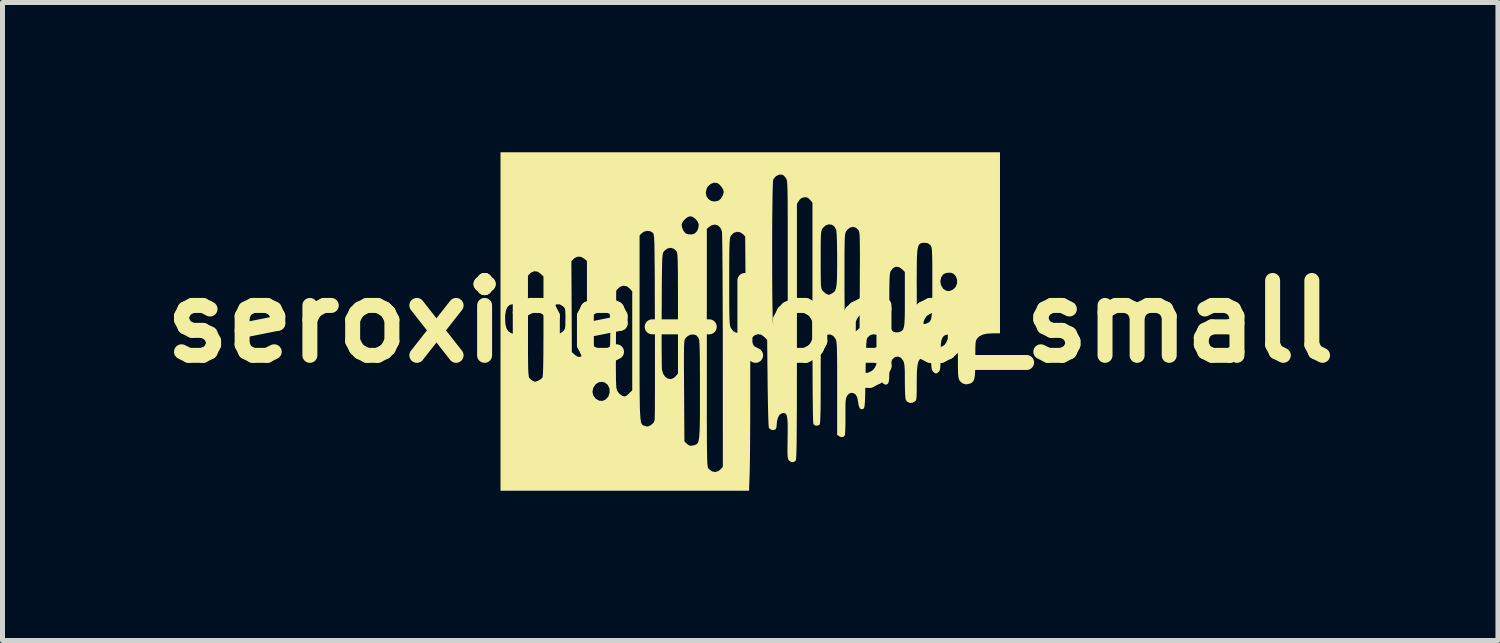
<source format=kicad_pcb>
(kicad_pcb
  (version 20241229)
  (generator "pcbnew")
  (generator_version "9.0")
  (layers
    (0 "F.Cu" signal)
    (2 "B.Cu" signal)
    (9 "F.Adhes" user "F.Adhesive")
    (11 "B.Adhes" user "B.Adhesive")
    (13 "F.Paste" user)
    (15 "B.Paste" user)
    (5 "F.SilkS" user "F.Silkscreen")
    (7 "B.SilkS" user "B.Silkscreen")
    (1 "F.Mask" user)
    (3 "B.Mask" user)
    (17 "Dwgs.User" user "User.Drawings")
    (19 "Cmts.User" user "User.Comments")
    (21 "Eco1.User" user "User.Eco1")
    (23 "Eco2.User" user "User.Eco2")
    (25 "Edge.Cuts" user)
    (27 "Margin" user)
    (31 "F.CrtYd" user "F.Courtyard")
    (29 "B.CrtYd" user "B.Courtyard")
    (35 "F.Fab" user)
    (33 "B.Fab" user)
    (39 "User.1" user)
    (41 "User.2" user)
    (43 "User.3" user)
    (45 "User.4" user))
  (footprint "seroxine-logo_small"
    (layer "F.Cu")
    (at 11.979 3.39)
    (property "Reference" "seroxine-logo_small" (at 0 0 0) (layer "F.SilkS") (effects (font (size 1.5 1.5) (thickness 0.3))))
    (attr board_only exclude_from_pos_files exclude_from_bom)
    (fp_poly (pts (xy 5.003 -1.576) (xy 5.003 0.238) (xy 4.856 0.238) (xy 4.741 0.244) (xy 4.654 0.264) (xy 4.589 0.298) (xy 4.548 0.339) (xy 4.534 0.358) (xy 4.524 0.38) (xy 4.517 0.409) (xy 4.513 0.452) (xy 4.51 0.513) (xy 4.509 0.598) (xy 4.508 0.713) (xy 4.508 0.755) (xy 4.508 0.896) (xy 4.505 1.004) (xy 4.499 1.086) (xy 4.489 1.145) (xy 4.473 1.187) (xy 4.452 1.215) (xy 4.423 1.235) (xy 4.4 1.245) (xy 4.325 1.26) (xy 4.255 1.242) (xy 4.201 1.194) (xy 4.195 1.185) (xy 4.183 1.161) (xy 4.174 1.133) (xy 4.168 1.095) (xy 4.163 1.041) (xy 4.161 0.965) (xy 4.16 0.862) (xy 4.16 0.775) (xy 4.159 0.663) (xy 4.157 0.56) (xy 4.153 0.474) (xy 4.148 0.411) (xy 4.143 0.378) (xy 4.142 0.378) (xy 4.101 0.309) (xy 4.041 0.268) (xy 3.972 0.256) (xy 3.902 0.275) (xy 3.87 0.298) (xy 3.847 0.331) (xy 3.83 0.378) (xy 3.819 0.446) (xy 3.814 0.539) (xy 3.812 0.663) (xy 3.812 0.686) (xy 3.811 0.796) (xy 3.81 0.874) (xy 3.806 0.928) (xy 3.8 0.964) (xy 3.791 0.988) (xy 3.778 1.005) (xy 3.775 1.008) (xy 3.736 1.039) (xy 3.703 1.038) (xy 3.665 1.008) (xy 3.639 0.967) (xy 3.629 0.906) (xy 3.629 0.882) (xy 3.617 0.802) (xy 3.585 0.743) (xy 3.539 0.709) (xy 3.484 0.703) (xy 3.425 0.731) (xy 3.422 0.733) (xy 3.394 0.76) (xy 3.372 0.796) (xy 3.357 0.845) (xy 3.346 0.912) (xy 3.339 1.001) (xy 3.336 1.118) (xy 3.335 1.239) (xy 3.335 1.358) (xy 3.334 1.447) (xy 3.331 1.509) (xy 3.326 1.551) (xy 3.319 1.578) (xy 3.308 1.594) (xy 3.303 1.599) (xy 3.248 1.629) (xy 3.19 1.63) (xy 3.141 1.604) (xy 3.114 1.564) (xy 3.109 1.532) (xy 3.104 1.469) (xy 3.1 1.384) (xy 3.098 1.282) (xy 3.097 1.185) (xy 3.097 1.062) (xy 3.095 0.969) (xy 3.091 0.901) (xy 3.085 0.852) (xy 3.077 0.816) (xy 3.065 0.788) (xy 3.021 0.729) (xy 2.967 0.703) (xy 2.909 0.71) (xy 2.886 0.722) (xy 2.842 0.764) (xy 2.811 0.822) (xy 2.793 0.904) (xy 2.786 1.015) (xy 2.786 1.049) (xy 2.783 1.144) (xy 2.775 1.207) (xy 2.76 1.244) (xy 2.735 1.262) (xy 2.711 1.265) (xy 2.676 1.252) (xy 2.651 1.231) (xy 2.641 1.216) (xy 2.634 1.193) (xy 2.628 1.157) (xy 2.624 1.103) (xy 2.622 1.027) (xy 2.621 0.925) (xy 2.621 0.79) (xy 2.621 0.775) (xy 2.62 0.64) (xy 2.62 0.536) (xy 2.618 0.459) (xy 2.615 0.403) (xy 2.61 0.365) (xy 2.603 0.338) (xy 2.593 0.319) (xy 2.583 0.305) (xy 2.532 0.266) (xy 2.47 0.256) (xy 2.407 0.272) (xy 2.355 0.315) (xy 2.342 0.335) (xy 2.335 0.357) (xy 2.329 0.4) (xy 2.324 0.467) (xy 2.32 0.56) (xy 2.316 0.682) (xy 2.313 0.835) (xy 2.31 1.021) (xy 2.309 1.052) (xy 2.307 1.228) (xy 2.304 1.371) (xy 2.302 1.485) (xy 2.299 1.572) (xy 2.296 1.637) (xy 2.291 1.684) (xy 2.286 1.714) (xy 2.28 1.733) (xy 2.273 1.744) (xy 2.268 1.748) (xy 2.225 1.76) (xy 2.193 1.737) (xy 2.171 1.679) (xy 2.161 1.615) (xy 2.144 1.524) (xy 2.113 1.464) (xy 2.066 1.434) (xy 2.031 1.429) (xy 1.987 1.44) (xy 1.95 1.476) (xy 1.942 1.489) (xy 1.929 1.513) (xy 1.92 1.54) (xy 1.913 1.576) (xy 1.909 1.627) (xy 1.907 1.698) (xy 1.907 1.796) (xy 1.907 1.897) (xy 1.907 2.008) (xy 1.906 2.107) (xy 1.903 2.189) (xy 1.9 2.248) (xy 1.897 2.275) (xy 1.897 2.276) (xy 1.867 2.311) (xy 1.822 2.317) (xy 1.784 2.3) (xy 1.741 2.272) (xy 1.741 1.342) (xy 1.741 1.132) (xy 1.741 0.955) (xy 1.74 0.809) (xy 1.739 0.69) (xy 1.737 0.595) (xy 1.735 0.52) (xy 1.732 0.464) (xy 1.728 0.422) (xy 1.723 0.391) (xy 1.717 0.368) (xy 1.71 0.351) (xy 1.709 0.348) (xy 1.663 0.289) (xy 1.605 0.261) (xy 1.543 0.263) (xy 1.485 0.296) (xy 1.445 0.348) (xy 1.437 0.365) (xy 1.43 0.386) (xy 1.425 0.413) (xy 1.421 0.451) (xy 1.417 0.502) (xy 1.415 0.571) (xy 1.413 0.66) (xy 1.412 0.773) (xy 1.411 0.913) (xy 1.411 1.084) (xy 1.411 1.228) (xy 1.411 1.437) (xy 1.41 1.612) (xy 1.409 1.754) (xy 1.406 1.867) (xy 1.403 1.952) (xy 1.4 2.012) (xy 1.395 2.05) (xy 1.39 2.067) (xy 1.389 2.067) (xy 1.348 2.087) (xy 1.301 2.083) (xy 1.267 2.056) (xy 1.265 2.054) (xy 1.262 2.03) (xy 1.259 1.972) (xy 1.256 1.878) (xy 1.254 1.75) (xy 1.252 1.587) (xy 1.25 1.388) (xy 1.249 1.153) (xy 1.248 0.883) (xy 1.247 0.576) (xy 1.246 0.233) (xy 1.246 -0.146) (xy 1.246 -0.181) (xy 1.246 -1.237) (xy 1.411 -1.237) (xy 1.411 -1.077) (xy 1.412 -0.949) (xy 1.413 -0.85) (xy 1.414 -0.775) (xy 1.417 -0.721) (xy 1.422 -0.682) (xy 1.428 -0.655) (xy 1.436 -0.636) (xy 1.446 -0.621) (xy 1.45 -0.615) (xy 1.506 -0.563) (xy 1.568 -0.534) (xy 1.572 -0.533) (xy 1.591 -0.539) (xy 1.627 -0.557) (xy 1.629 -0.558) (xy 1.66 -0.576) (xy 1.684 -0.597) (xy 1.703 -0.625) (xy 1.717 -0.665) (xy 1.727 -0.72) (xy 1.734 -0.794) (xy 1.736 -0.84) (xy 1.888 -0.84) (xy 1.888 -0.639) (xy 1.889 -0.455) (xy 1.891 -0.292) (xy 1.893 -0.152) (xy 1.896 -0.038) (xy 1.899 0.047) (xy 1.902 0.1) (xy 1.905 0.117) (xy 1.938 0.175) (xy 1.983 0.218) (xy 2.028 0.238) (xy 2.034 0.238) (xy 2.07 0.227) (xy 2.115 0.197) (xy 2.13 0.185) (xy 2.19 0.131) (xy 2.193 -0.426) (xy 2.786 -0.426) (xy 2.786 -0.271) (xy 2.787 -0.148) (xy 2.788 -0.053) (xy 2.791 0.018) (xy 2.795 0.069) (xy 2.8 0.104) (xy 2.807 0.129) (xy 2.816 0.146) (xy 2.817 0.147) (xy 2.845 0.184) (xy 2.867 0.206) (xy 2.907 0.218) (xy 2.962 0.217) (xy 3.011 0.204) (xy 3.025 0.196) (xy 3.045 0.179) (xy 3.061 0.159) (xy 3.073 0.131) (xy 3.082 0.091) (xy 3.089 0.036) (xy 3.093 -0.039) (xy 3.096 -0.137) (xy 3.097 -0.264) (xy 3.097 -0.422) (xy 3.097 -0.449) (xy 3.097 -0.77) (xy 3.335 -0.77) (xy 3.336 -0.582) (xy 3.336 -0.427) (xy 3.338 -0.302) (xy 3.342 -0.203) (xy 3.347 -0.127) (xy 3.354 -0.071) (xy 3.365 -0.03) (xy 3.378 -0.002) (xy 3.395 0.016) (xy 3.416 0.029) (xy 3.433 0.036) (xy 3.474 0.051) (xy 3.504 0.05) (xy 3.544 0.034) (xy 3.547 0.033) (xy 3.571 0.021) (xy 3.591 0.007) (xy 3.607 -0.013) (xy 3.62 -0.043) (xy 3.63 -0.084) (xy 3.637 -0.142) (xy 3.642 -0.219) (xy 3.645 -0.319) (xy 3.646 -0.446) (xy 3.647 -0.602) (xy 3.647 -0.785) (xy 3.647 -0.808) (xy 3.808 -0.808) (xy 3.82 -0.731) (xy 3.859 -0.663) (xy 3.877 -0.646) (xy 3.934 -0.612) (xy 3.994 -0.61) (xy 4.063 -0.641) (xy 4.116 -0.692) (xy 4.143 -0.761) (xy 4.144 -0.835) (xy 4.118 -0.906) (xy 4.078 -0.953) (xy 4.027 -0.975) (xy 3.962 -0.978) (xy 3.9 -0.964) (xy 3.868 -0.945) (xy 3.824 -0.883) (xy 3.808 -0.808) (xy 3.647 -0.808) (xy 3.647 -0.963) (xy 3.647 -1.108) (xy 3.646 -1.223) (xy 3.644 -1.314) (xy 3.642 -1.382) (xy 3.639 -1.432) (xy 3.635 -1.467) (xy 3.629 -1.492) (xy 3.622 -1.509) (xy 3.613 -1.523) (xy 3.609 -1.528) (xy 3.563 -1.566) (xy 3.51 -1.576) (xy 3.468 -1.576) (xy 3.434 -1.572) (xy 3.406 -1.562) (xy 3.384 -1.542) (xy 3.367 -1.509) (xy 3.354 -1.461) (xy 3.346 -1.393) (xy 3.34 -1.303) (xy 3.337 -1.188) (xy 3.336 -1.044) (xy 3.335 -0.867) (xy 3.335 -0.77) (xy 3.097 -0.77) (xy 3.097 -0.992) (xy 3.044 -1.046) (xy 2.981 -1.089) (xy 2.918 -1.097) (xy 2.861 -1.07) (xy 2.814 -1.009) (xy 2.813 -1.008) (xy 2.805 -0.986) (xy 2.798 -0.954) (xy 2.793 -0.907) (xy 2.79 -0.842) (xy 2.788 -0.753) (xy 2.786 -0.638) (xy 2.786 -0.492) (xy 2.786 -0.426) (xy 2.193 -0.426) (xy 2.195 -0.826) (xy 2.196 -1.04) (xy 2.197 -1.221) (xy 2.197 -1.371) (xy 2.196 -1.493) (xy 2.195 -1.591) (xy 2.193 -1.667) (xy 2.191 -1.724) (xy 2.187 -1.766) (xy 2.183 -1.795) (xy 2.177 -1.815) (xy 2.171 -1.827) (xy 2.12 -1.877) (xy 2.061 -1.895) (xy 1.999 -1.882) (xy 1.944 -1.837) (xy 1.924 -1.81) (xy 1.916 -1.795) (xy 1.909 -1.778) (xy 1.903 -1.756) (xy 1.899 -1.725) (xy 1.895 -1.682) (xy 1.892 -1.624) (xy 1.891 -1.548) (xy 1.889 -1.45) (xy 1.888 -1.328) (xy 1.888 -1.178) (xy 1.888 -0.997) (xy 1.888 -0.84) (xy 1.736 -0.84) (xy 1.738 -0.892) (xy 1.74 -1.017) (xy 1.741 -1.173) (xy 1.741 -1.24) (xy 1.74 -1.385) (xy 1.738 -1.518) (xy 1.736 -1.635) (xy 1.732 -1.73) (xy 1.727 -1.798) (xy 1.722 -1.835) (xy 1.722 -1.835) (xy 1.689 -1.899) (xy 1.638 -1.937) (xy 1.577 -1.947) (xy 1.515 -1.928) (xy 1.46 -1.88) (xy 1.452 -1.87) (xy 1.441 -1.852) (xy 1.432 -1.833) (xy 1.425 -1.809) (xy 1.419 -1.776) (xy 1.416 -1.729) (xy 1.413 -1.665) (xy 1.412 -1.578) (xy 1.411 -1.466) (xy 1.411 -1.323) (xy 1.411 -1.237) (xy 1.246 -1.237) (xy 1.246 -2.38) (xy 1.198 -2.437) (xy 1.159 -2.475) (xy 1.12 -2.489) (xy 1.084 -2.489) (xy 1.031 -2.476) (xy 0.991 -2.442) (xy 0.976 -2.421) (xy 0.935 -2.359) (xy 0.935 0.203) (xy 0.935 0.563) (xy 0.935 0.888) (xy 0.934 1.18) (xy 0.934 1.44) (xy 0.934 1.671) (xy 0.933 1.875) (xy 0.932 2.052) (xy 0.931 2.205) (xy 0.93 2.335) (xy 0.929 2.445) (xy 0.927 2.536) (xy 0.925 2.61) (xy 0.923 2.668) (xy 0.921 2.713) (xy 0.918 2.746) (xy 0.915 2.769) (xy 0.911 2.784) (xy 0.907 2.792) (xy 0.906 2.793) (xy 0.859 2.82) (xy 0.81 2.81) (xy 0.777 2.784) (xy 0.765 2.768) (xy 0.757 2.749) (xy 0.751 2.719) (xy 0.747 2.675) (xy 0.746 2.611) (xy 0.746 2.522) (xy 0.748 2.403) (xy 0.748 2.366) (xy 0.75 2.209) (xy 0.75 2.084) (xy 0.747 1.989) (xy 0.739 1.92) (xy 0.728 1.874) (xy 0.71 1.847) (xy 0.687 1.835) (xy 0.656 1.835) (xy 0.631 1.84) (xy 0.587 1.869) (xy 0.554 1.927) (xy 0.535 2.006) (xy 0.531 2.059) (xy 0.525 2.121) (xy 0.507 2.16) (xy 0.504 2.162) (xy 0.463 2.176) (xy 0.415 2.167) (xy 0.378 2.138) (xy 0.373 2.131) (xy 0.37 2.106) (xy 0.366 2.049) (xy 0.363 1.962) (xy 0.359 1.851) (xy 0.356 1.717) (xy 0.353 1.566) (xy 0.35 1.4) (xy 0.348 1.234) (xy 0.339 0.369) (xy 0.285 0.313) (xy 0.221 0.266) (xy 0.153 0.254) (xy 0.089 0.276) (xy 0.047 0.313) (xy 0 0.369) (xy 0 1.547) (xy -0.000195 1.763) (xy -0.001 1.977) (xy -0.002 2.185) (xy -0.003 2.382) (xy -0.004 2.564) (xy -0.006 2.727) (xy -0.008 2.866) (xy -0.01 2.977) (xy -0.012 3.056) (xy -0.012 3.058) (xy -0.024 3.39) (xy -2.514 3.39) (xy -5.003 3.39) (xy -5.003 1.411) (xy -3.161 1.411) (xy -3.143 1.487) (xy -3.093 1.549) (xy -3.025 1.587) (xy -2.955 1.59) (xy -2.898 1.564) (xy -2.844 1.506) (xy -2.817 1.43) (xy -2.82 1.346) (xy -2.822 1.338) (xy -2.856 1.268) (xy -2.908 1.225) (xy -2.97 1.208) (xy -3.034 1.218) (xy -3.094 1.255) (xy -3.14 1.319) (xy -3.145 1.33) (xy -3.161 1.411) (xy -5.003 1.411) (xy -5.003 0) (xy -5.003 -0.064) (xy -4.911 -0.064) (xy -4.905 0.051) (xy -4.884 0.136) (xy -4.848 0.194) (xy -4.798 0.229) (xy -4.749 0.249) (xy -4.718 0.252) (xy -4.689 0.236) (xy -4.651 0.203) (xy -4.621 0.175) (xy -4.603 0.148) (xy -4.593 0.113) (xy -4.59 0.087) (xy -4.453 0.087) (xy -4.453 0.306) (xy -4.453 0.492) (xy -4.452 0.648) (xy -4.451 0.775) (xy -4.45 0.877) (xy -4.448 0.958) (xy -4.445 1.019) (xy -4.441 1.064) (xy -4.437 1.095) (xy -4.432 1.117) (xy -4.426 1.131) (xy -4.424 1.133) (xy -4.374 1.18) (xy -4.312 1.208) (xy -4.311 1.208) (xy -4.292 1.203) (xy -4.253 1.188) (xy -4.243 1.184) (xy -4.196 1.156) (xy -4.163 1.124) (xy -4.162 1.121) (xy -4.157 1.095) (xy -4.152 1.036) (xy -4.149 0.944) (xy -4.148 0.902) (xy -2.692 0.902) (xy -2.691 1.025) (xy -2.69 1.125) (xy -2.689 1.203) (xy -2.686 1.263) (xy -2.683 1.308) (xy -2.679 1.341) (xy -2.673 1.365) (xy -2.667 1.383) (xy -2.662 1.393) (xy -2.619 1.451) (xy -2.562 1.49) (xy -2.513 1.502) (xy -2.487 1.491) (xy -2.447 1.46) (xy -2.426 1.44) (xy -2.364 1.378) (xy -2.364 0.427) (xy -2.217 0.427) (xy -2.217 0.7) (xy -2.217 0.941) (xy -2.217 1.152) (xy -2.216 1.334) (xy -2.215 1.49) (xy -2.213 1.622) (xy -2.211 1.732) (xy -2.207 1.823) (xy -2.203 1.895) (xy -2.198 1.952) (xy -2.192 1.995) (xy -2.185 2.027) (xy -2.176 2.049) (xy -2.166 2.064) (xy -2.155 2.074) (xy -2.142 2.081) (xy -2.127 2.086) (xy -2.12 2.089) (xy -2.076 2.103) (xy -2.042 2.101) (xy -1.999 2.08) (xy -1.985 2.072) (xy -1.934 2.025) (xy -1.915 1.976) (xy -1.914 1.949) (xy -1.913 1.888) (xy -1.911 1.796) (xy -1.91 1.675) (xy -1.91 1.528) (xy -1.909 1.356) (xy -1.909 1.164) (xy -1.909 0.953) (xy -1.909 0.725) (xy -1.909 0.485) (xy -1.909 0.344) (xy -1.775 0.344) (xy -1.775 0.508) (xy -1.774 0.652) (xy -1.773 0.774) (xy -1.772 0.869) (xy -1.77 0.934) (xy -1.768 0.967) (xy -1.768 0.967) (xy -1.744 1.049) (xy -1.702 1.11) (xy -1.649 1.146) (xy -1.59 1.154) (xy -1.531 1.131) (xy -1.495 1.098) (xy -1.448 1.042) (xy -1.448 0.775) (xy -1.328 0.775) (xy -1.328 0.915) (xy -1.327 1.082) (xy -1.326 1.28) (xy -1.324 1.512) (xy -1.324 1.563) (xy -1.319 2.402) (xy -1.274 2.447) (xy -1.224 2.484) (xy -1.167 2.49) (xy -1.109 2.474) (xy -1.088 2.465) (xy -1.07 2.454) (xy -1.055 2.438) (xy -1.042 2.414) (xy -1.032 2.379) (xy -1.025 2.33) (xy -1.019 2.265) (xy -1.014 2.18) (xy -1.011 2.073) (xy -1.009 1.941) (xy -1.008 1.781) (xy -1.008 1.591) (xy -1.008 1.366) (xy -1.008 1.356) (xy -1.008 1.137) (xy -1.009 0.951) (xy -1.009 0.797) (xy -1.011 0.67) (xy -1.013 0.569) (xy -1.014 0.528) (xy -0.87 0.528) (xy -0.87 0.872) (xy -0.87 1.181) (xy -0.87 1.457) (xy -0.87 1.703) (xy -0.87 1.919) (xy -0.869 2.108) (xy -0.869 2.271) (xy -0.868 2.412) (xy -0.867 2.53) (xy -0.865 2.629) (xy -0.864 2.711) (xy -0.862 2.776) (xy -0.86 2.827) (xy -0.857 2.867) (xy -0.854 2.896) (xy -0.85 2.916) (xy -0.846 2.931) (xy -0.842 2.94) (xy -0.837 2.947) (xy -0.834 2.951) (xy -0.77 3.001) (xy -0.703 3.016) (xy -0.637 2.996) (xy -0.591 2.958) (xy -0.549 2.911) (xy -0.55 0.59) (xy -0.55 0.279) (xy -0.551 -0.018) (xy -0.552 -0.299) (xy -0.553 -0.562) (xy -0.554 -0.794) (xy -0.421 -0.794) (xy -0.421 -0.592) (xy -0.421 -0.424) (xy -0.42 -0.286) (xy -0.419 -0.175) (xy -0.417 -0.087) (xy -0.415 -0.019) (xy -0.411 0.032) (xy -0.407 0.069) (xy -0.401 0.096) (xy -0.395 0.116) (xy -0.389 0.128) (xy -0.342 0.192) (xy -0.285 0.224) (xy -0.222 0.223) (xy -0.16 0.187) (xy -0.144 0.171) (xy -0.131 0.151) (xy -0.12 0.123) (xy -0.112 0.085) (xy -0.105 0.033) (xy -0.1 -0.035) (xy -0.096 -0.123) (xy -0.094 -0.233) (xy -0.094 -0.37) (xy -0.094 -0.536) (xy -0.095 -0.733) (xy -0.095 -0.837) (xy -0.098 -1.274) (xy 0.439 -1.274) (xy 0.439 -1.072) (xy 0.44 -0.876) (xy 0.441 -0.689) (xy 0.442 -0.514) (xy 0.444 -0.354) (xy 0.447 -0.214) (xy 0.449 -0.096) (xy 0.452 -0.005) (xy 0.456 0.057) (xy 0.459 0.086) (xy 0.459 0.086) (xy 0.5 0.16) (xy 0.551 0.205) (xy 0.608 0.218) (xy 0.666 0.198) (xy 0.704 0.164) (xy 0.751 0.107) (xy 0.751 -1.353) (xy 0.751 -1.619) (xy 0.751 -1.85) (xy 0.751 -2.05) (xy 0.75 -2.221) (xy 0.75 -2.364) (xy 0.749 -2.484) (xy 0.747 -2.581) (xy 0.745 -2.66) (xy 0.743 -2.721) (xy 0.74 -2.768) (xy 0.737 -2.803) (xy 0.732 -2.828) (xy 0.728 -2.846) (xy 0.722 -2.86) (xy 0.715 -2.872) (xy 0.715 -2.872) (xy 0.68 -2.915) (xy 0.64 -2.941) (xy 0.635 -2.942) (xy 0.575 -2.94) (xy 0.516 -2.911) (xy 0.471 -2.862) (xy 0.46 -2.838) (xy 0.456 -2.809) (xy 0.453 -2.747) (xy 0.45 -2.655) (xy 0.447 -2.537) (xy 0.445 -2.397) (xy 0.443 -2.237) (xy 0.441 -2.062) (xy 0.44 -1.874) (xy 0.439 -1.678) (xy 0.439 -1.477) (xy 0.439 -1.274) (xy -0.098 -1.274) (xy -0.101 -1.701) (xy -0.145 -1.749) (xy -0.204 -1.788) (xy -0.269 -1.796) (xy -0.332 -1.774) (xy -0.383 -1.723) (xy -0.394 -1.705) (xy -0.4 -1.687) (xy -0.406 -1.662) (xy -0.41 -1.624) (xy -0.414 -1.571) (xy -0.417 -1.499) (xy -0.419 -1.407) (xy -0.42 -1.29) (xy -0.421 -1.145) (xy -0.421 -0.969) (xy -0.421 -0.794) (xy -0.554 -0.794) (xy -0.554 -0.806) (xy -0.555 -1.028) (xy -0.557 -1.226) (xy -0.558 -1.398) (xy -0.56 -1.543) (xy -0.562 -1.658) (xy -0.564 -1.741) (xy -0.566 -1.792) (xy -0.568 -1.805) (xy -0.599 -1.879) (xy -0.649 -1.925) (xy -0.71 -1.942) (xy -0.776 -1.927) (xy -0.819 -1.898) (xy -0.87 -1.854) (xy -0.87 0.528) (xy -1.014 0.528) (xy -1.015 0.489) (xy -1.018 0.429) (xy -1.022 0.386) (xy -1.027 0.356) (xy -1.033 0.336) (xy -1.035 0.331) (xy -1.079 0.278) (xy -1.138 0.255) (xy -1.202 0.263) (xy -1.265 0.303) (xy -1.274 0.312) (xy -1.285 0.323) (xy -1.295 0.332) (xy -1.303 0.341) (xy -1.31 0.355) (xy -1.316 0.374) (xy -1.32 0.403) (xy -1.323 0.443) (xy -1.326 0.498) (xy -1.327 0.57) (xy -1.328 0.661) (xy -1.328 0.775) (xy -1.448 0.775) (xy -1.448 -0.162) (xy -1.448 -0.404) (xy -1.448 -0.612) (xy -1.449 -0.789) (xy -1.449 -0.937) (xy -1.451 -1.058) (xy -1.452 -1.157) (xy -1.454 -1.234) (xy -1.457 -1.294) (xy -1.46 -1.338) (xy -1.464 -1.369) (xy -1.469 -1.391) (xy -1.475 -1.404) (xy -1.477 -1.408) (xy -1.53 -1.457) (xy -1.594 -1.475) (xy -1.659 -1.462) (xy -1.718 -1.418) (xy -1.736 -1.396) (xy -1.742 -1.384) (xy -1.748 -1.367) (xy -1.753 -1.344) (xy -1.757 -1.311) (xy -1.761 -1.266) (xy -1.764 -1.205) (xy -1.766 -1.126) (xy -1.768 -1.025) (xy -1.77 -0.901) (xy -1.771 -0.75) (xy -1.772 -0.57) (xy -1.773 -0.357) (xy -1.774 -0.229) (xy -1.775 -0.028) (xy -1.775 0.165) (xy -1.775 0.344) (xy -1.909 0.344) (xy -1.909 0.233) (xy -1.91 0.089) (xy -1.911 -0.21) (xy -1.912 -0.475) (xy -1.912 -0.707) (xy -1.913 -0.91) (xy -1.914 -1.084) (xy -1.916 -1.232) (xy -1.917 -1.357) (xy -1.919 -1.46) (xy -1.92 -1.544) (xy -1.923 -1.61) (xy -1.925 -1.662) (xy -1.928 -1.701) (xy -1.932 -1.729) (xy -1.936 -1.749) (xy -1.941 -1.762) (xy -1.946 -1.771) (xy -1.95 -1.776) (xy -2.002 -1.808) (xy -2.066 -1.815) (xy -2.132 -1.798) (xy -2.172 -1.769) (xy -2.217 -1.724) (xy -2.217 0.119) (xy -2.217 0.427) (xy -2.364 0.427) (xy -2.364 0.388) (xy -2.364 -0.602) (xy -2.412 -0.658) (xy -2.47 -0.704) (xy -2.537 -0.717) (xy -2.602 -0.698) (xy -2.64 -0.667) (xy -2.685 -0.62) (xy -2.69 0.354) (xy -2.691 0.569) (xy -2.691 0.751) (xy -2.692 0.902) (xy -4.148 0.902) (xy -4.146 0.818) (xy -4.144 0.658) (xy -4.143 0.463) (xy -4.142 0.232) (xy -4.142 0.091) (xy -4.142 -0.046) (xy -4.013 -0.046) (xy -4.013 0.041) (xy -4.011 0.1) (xy -4.005 0.138) (xy -3.993 0.165) (xy -3.973 0.189) (xy -3.958 0.205) (xy -3.916 0.241) (xy -3.879 0.253) (xy -3.843 0.25) (xy -3.789 0.227) (xy -3.743 0.191) (xy -3.725 0.167) (xy -3.713 0.14) (xy -3.706 0.101) (xy -3.703 0.042) (xy -3.702 -0.045) (xy -3.702 -0.057) (xy -3.702 -0.146) (xy -3.705 -0.206) (xy -3.71 -0.245) (xy -3.721 -0.271) (xy -3.738 -0.292) (xy -3.75 -0.303) (xy -3.813 -0.342) (xy -3.879 -0.344) (xy -3.943 -0.31) (xy -3.96 -0.295) (xy -3.984 -0.269) (xy -3.999 -0.245) (xy -4.008 -0.214) (xy -4.012 -0.167) (xy -4.013 -0.095) (xy -4.013 -0.046) (xy -4.142 -0.046) (xy -4.142 -0.901) (xy -4.195 -0.954) (xy -4.259 -0.998) (xy -4.325 -1.007) (xy -4.388 -0.981) (xy -4.408 -0.963) (xy -4.453 -0.918) (xy -4.453 0.087) (xy -4.59 0.087) (xy -4.587 0.059) (xy -4.584 -0.008) (xy -4.582 -0.086) (xy -4.583 -0.154) (xy -4.587 -0.2) (xy -4.588 -0.208) (xy -4.614 -0.26) (xy -4.658 -0.307) (xy -4.707 -0.34) (xy -4.741 -0.348) (xy -4.811 -0.335) (xy -4.861 -0.294) (xy -4.894 -0.223) (xy -4.91 -0.122) (xy -4.911 -0.064) (xy -5.003 -0.064) (xy -5.003 -1.206) (xy -3.583 -1.206) (xy -3.578 -0.296) (xy -3.574 0.614) (xy -3.519 0.664) (xy -3.463 0.704) (xy -3.413 0.71) (xy -3.36 0.685) (xy -3.331 0.661) (xy -3.271 0.608) (xy -3.271 0.205) (xy -3.134 0.205) (xy -3.133 0.345) (xy -3.132 0.453) (xy -3.13 0.534) (xy -3.126 0.592) (xy -3.121 0.632) (xy -3.113 0.659) (xy -3.104 0.675) (xy -3.051 0.723) (xy -2.985 0.743) (xy -2.918 0.732) (xy -2.879 0.709) (xy -2.855 0.683) (xy -2.836 0.649) (xy -2.822 0.602) (xy -2.813 0.537) (xy -2.807 0.449) (xy -2.805 0.333) (xy -2.804 0.203) (xy -2.805 0.088) (xy -2.807 -0.017) (xy -2.811 -0.105) (xy -2.815 -0.171) (xy -2.821 -0.207) (xy -2.821 -0.209) (xy -2.863 -0.279) (xy -2.918 -0.319) (xy -2.982 -0.328) (xy -3.047 -0.303) (xy -3.08 -0.276) (xy -3.134 -0.223) (xy -3.134 0.205) (xy -3.271 0.205) (xy -3.271 -0.302) (xy -3.271 -1.213) (xy -3.323 -1.257) (xy -3.389 -1.295) (xy -3.458 -1.299) (xy -3.52 -1.27) (xy -3.538 -1.254) (xy -3.583 -1.206) (xy -5.003 -1.206) (xy -5.003 -1.934) (xy -1.374 -1.934) (xy -1.363 -1.873) (xy -1.334 -1.812) (xy -1.296 -1.767) (xy -1.287 -1.761) (xy -1.231 -1.744) (xy -1.164 -1.745) (xy -1.117 -1.76) (xy -1.071 -1.802) (xy -1.041 -1.866) (xy -1.032 -1.935) (xy -1.034 -1.953) (xy -1.06 -2.011) (xy -1.106 -2.063) (xy -1.163 -2.099) (xy -1.204 -2.108) (xy -1.252 -2.092) (xy -1.303 -2.054) (xy -1.347 -2.004) (xy -1.372 -1.953) (xy -1.374 -1.934) (xy -5.003 -1.934) (xy -5.003 -2.583) (xy -0.891 -2.583) (xy -0.878 -2.511) (xy -0.84 -2.454) (xy -0.784 -2.416) (xy -0.714 -2.403) (xy -0.637 -2.42) (xy -0.634 -2.422) (xy -0.592 -2.456) (xy -0.555 -2.512) (xy -0.534 -2.574) (xy -0.531 -2.598) (xy -0.545 -2.648) (xy -0.58 -2.703) (xy -0.625 -2.751) (xy -0.665 -2.775) (xy -0.729 -2.78) (xy -0.793 -2.755) (xy -0.848 -2.706) (xy -0.873 -2.663) (xy -0.891 -2.583) (xy -5.003 -2.583) (xy -5.003 -3.39) (xy 0 -3.39) (xy 5.003 -3.39)) (stroke (width 0) (type solid)) (fill yes) (layer "F.SilkS")))
  (gr_rect
    (start -3 -3)
    (end 26.957 9.781)
    (stroke (width 0.1) (type default))
    (fill no)
    (layer "Edge.Cuts")))
</source>
